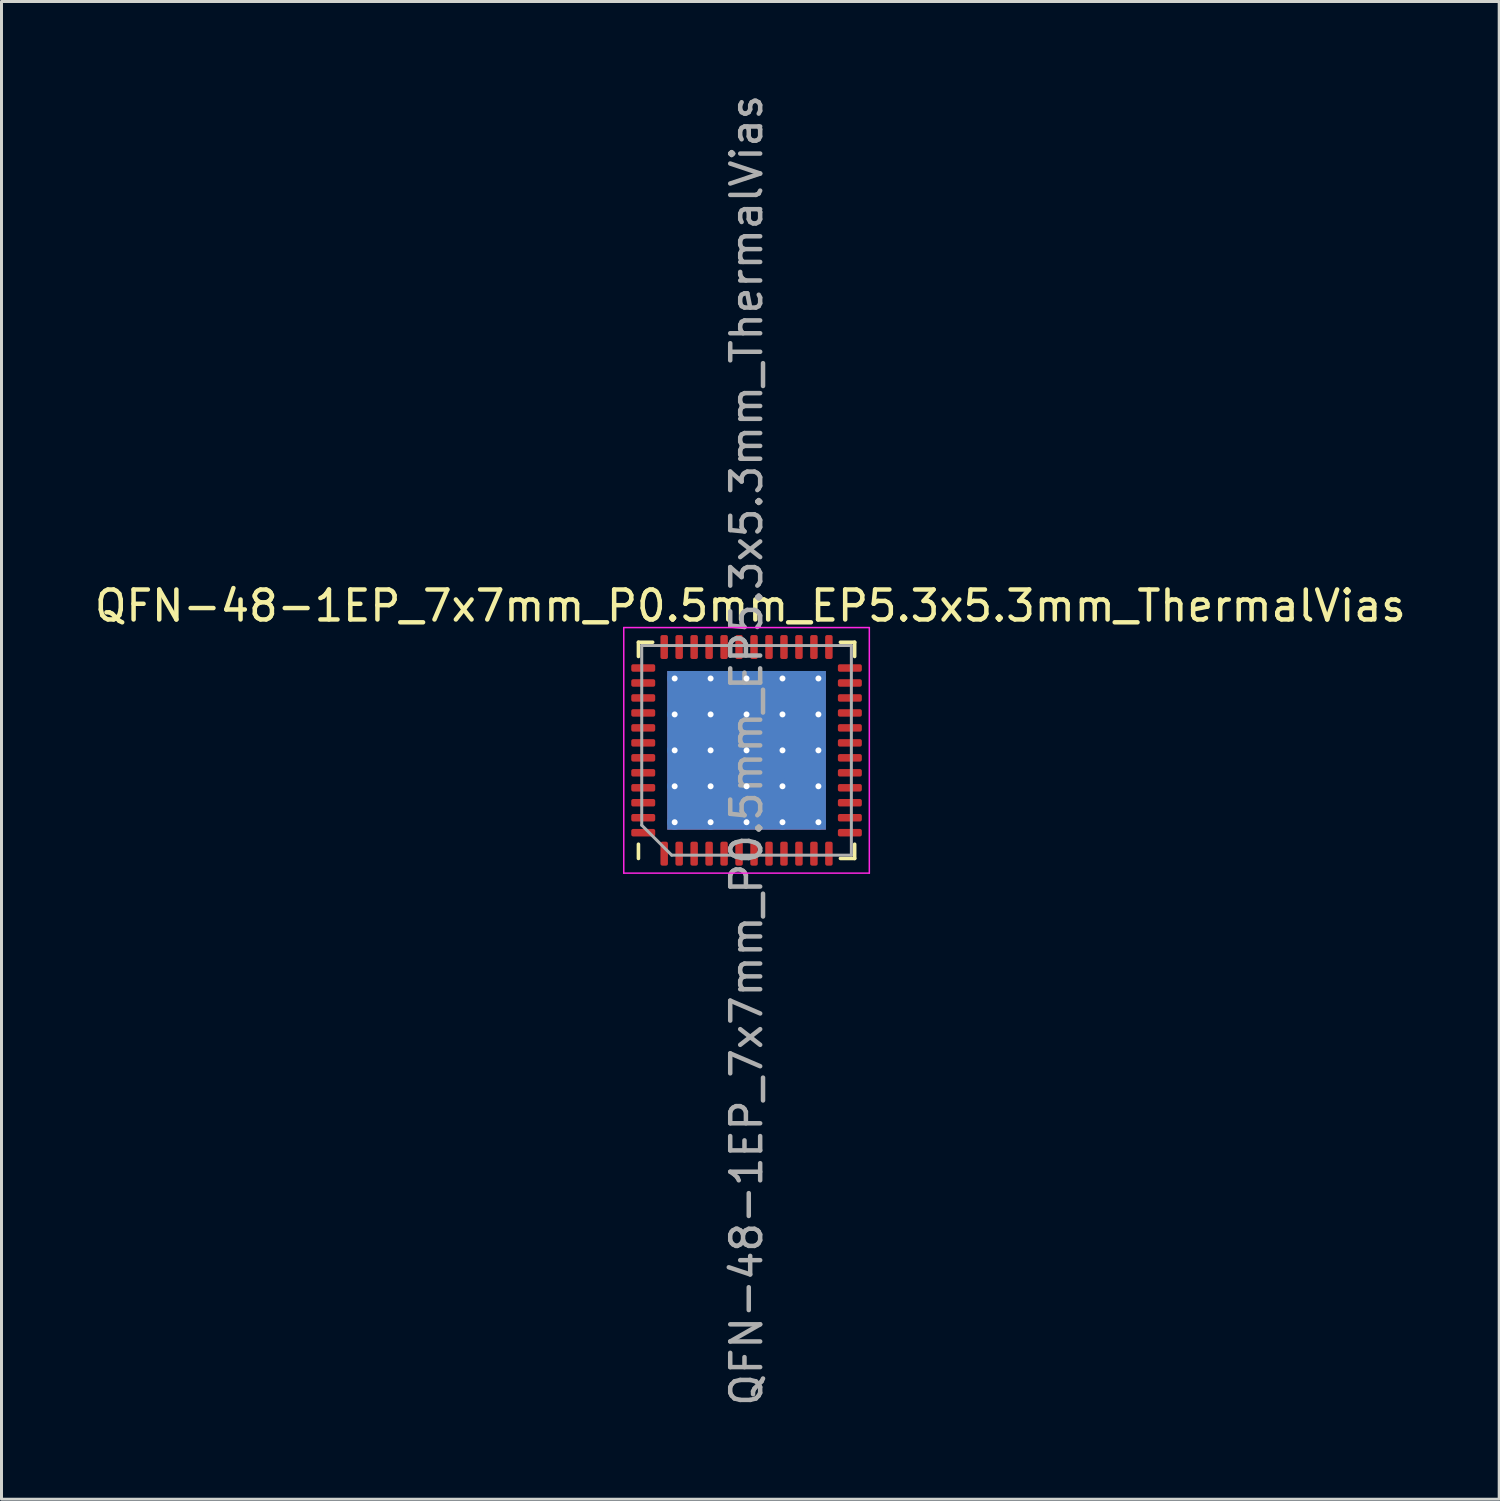
<source format=kicad_pcb>
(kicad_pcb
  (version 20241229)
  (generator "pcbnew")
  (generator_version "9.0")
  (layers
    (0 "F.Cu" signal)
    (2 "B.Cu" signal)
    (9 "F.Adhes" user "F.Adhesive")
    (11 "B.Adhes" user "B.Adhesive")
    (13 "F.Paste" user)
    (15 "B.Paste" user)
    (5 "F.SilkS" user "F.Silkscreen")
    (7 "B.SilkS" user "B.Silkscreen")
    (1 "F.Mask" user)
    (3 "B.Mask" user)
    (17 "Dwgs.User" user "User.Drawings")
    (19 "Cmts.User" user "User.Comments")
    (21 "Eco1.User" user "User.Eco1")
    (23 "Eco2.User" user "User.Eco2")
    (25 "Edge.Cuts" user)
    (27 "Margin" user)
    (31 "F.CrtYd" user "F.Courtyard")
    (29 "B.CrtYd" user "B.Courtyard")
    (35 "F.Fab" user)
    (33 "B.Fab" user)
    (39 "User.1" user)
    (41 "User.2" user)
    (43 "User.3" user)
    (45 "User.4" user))
  (footprint "QFN-48-1EP_7x7mm_P0.5mm_EP5.3x5.3mm_ThermalVias"
    (layer "F.Cu")
    (at 21.879 22.006)
    (property "Reference" "QFN-48-1EP_7x7mm_P0.5mm_EP5.3x5.3mm_ThermalVias" (at 0.127 -4.826 180) (layer "F.SilkS") (effects (font (size 1 1) (thickness 0.15))))
    (attr smd)
    (fp_line (start -3.61 -3.61) (end -3.135 -3.61) (stroke (width 0.12) (type solid)) (layer "F.SilkS"))
    (fp_line (start -3.61 -3.135) (end -3.61 -3.61) (stroke (width 0.12) (type solid)) (layer "F.SilkS"))
    (fp_line (start -3.61 3.135) (end -3.61 3.61) (stroke (width 0.12) (type solid)) (layer "F.SilkS"))
    (fp_line (start 3.61 -3.61) (end 3.135 -3.61) (stroke (width 0.12) (type solid)) (layer "F.SilkS"))
    (fp_line (start 3.61 -3.135) (end 3.61 -3.61) (stroke (width 0.12) (type solid)) (layer "F.SilkS"))
    (fp_line (start 3.61 3.135) (end 3.61 3.61) (stroke (width 0.12) (type solid)) (layer "F.SilkS"))
    (fp_line (start 3.61 3.61) (end 3.135 3.61) (stroke (width 0.12) (type solid)) (layer "F.SilkS"))
    (fp_line (start -4.1 -4.1) (end -4.1 4.1) (stroke (width 0.05) (type solid)) (layer "F.CrtYd"))
    (fp_line (start -4.1 4.1) (end 4.1 4.1) (stroke (width 0.05) (type solid)) (layer "F.CrtYd"))
    (fp_line (start 4.1 -4.1) (end -4.1 -4.1) (stroke (width 0.05) (type solid)) (layer "F.CrtYd"))
    (fp_line (start 4.1 4.1) (end 4.1 -4.1) (stroke (width 0.05) (type solid)) (layer "F.CrtYd"))
    (fp_line (start -3.5 -3.5) (end 3.5 -3.5) (stroke (width 0.1) (type solid)) (layer "F.Fab"))
    (fp_line (start -3.5 2.5) (end -3.5 -3.5) (stroke (width 0.1) (type solid)) (layer "F.Fab"))
    (fp_line (start -2.5 3.5) (end -3.5 2.5) (stroke (width 0.1) (type solid)) (layer "F.Fab"))
    (fp_line (start 3.5 -3.5) (end 3.5 3.5) (stroke (width 0.1) (type solid)) (layer "F.Fab"))
    (fp_line (start 3.5 3.5) (end -2.5 3.5) (stroke (width 0.1) (type solid)) (layer "F.Fab"))
    (fp_text user "${REFERENCE}" (at 0 0 90) (layer "F.Fab") (effects (font (size 1 1) (thickness 0.15))))
    (pad "" smd roundrect (at -1.8 -1.8 90) (size 1.026 1.026) (layers "F.Paste") (roundrect_rratio 0.244))
    (pad "" smd roundrect (at -1.8 -0.6 90) (size 1.026 1.026) (layers "F.Paste") (roundrect_rratio 0.244))
    (pad "" smd roundrect (at -1.8 0.6 90) (size 1.026 1.026) (layers "F.Paste") (roundrect_rratio 0.244))
    (pad "" smd roundrect (at -1.8 1.8 90) (size 1.026 1.026) (layers "F.Paste") (roundrect_rratio 0.244))
    (pad "" smd roundrect (at -0.6 -1.8 90) (size 1.026 1.026) (layers "F.Paste") (roundrect_rratio 0.244))
    (pad "" smd roundrect (at -0.6 -0.6 90) (size 1.026 1.026) (layers "F.Paste") (roundrect_rratio 0.244))
    (pad "" smd roundrect (at -0.6 0.6 90) (size 1.026 1.026) (layers "F.Paste") (roundrect_rratio 0.244))
    (pad "" smd roundrect (at -0.6 1.8 90) (size 1.026 1.026) (layers "F.Paste") (roundrect_rratio 0.244))
    (pad "" smd roundrect (at 0.6 -1.8 90) (size 1.026 1.026) (layers "F.Paste") (roundrect_rratio 0.244))
    (pad "" smd roundrect (at 0.6 -0.6 90) (size 1.026 1.026) (layers "F.Paste") (roundrect_rratio 0.244))
    (pad "" smd roundrect (at 0.6 0.6 90) (size 1.026 1.026) (layers "F.Paste") (roundrect_rratio 0.244))
    (pad "" smd roundrect (at 0.6 1.8 90) (size 1.026 1.026) (layers "F.Paste") (roundrect_rratio 0.244))
    (pad "" smd roundrect (at 1.8 -1.8 90) (size 1.026 1.026) (layers "F.Paste") (roundrect_rratio 0.244))
    (pad "" smd roundrect (at 1.8 -0.6 90) (size 1.026 1.026) (layers "F.Paste") (roundrect_rratio 0.244))
    (pad "" smd roundrect (at 1.8 0.6 90) (size 1.026 1.026) (layers "F.Paste") (roundrect_rratio 0.244))
    (pad "" smd roundrect (at 1.8 1.8 90) (size 1.026 1.026) (layers "F.Paste") (roundrect_rratio 0.244))
    (pad "1" smd roundrect (at -2.75 3.45 90) (size 0.8 0.25) (layers "F.Cu" "F.Mask" "F.Paste") (roundrect_rratio 0.25))
    (pad "2" smd roundrect (at -2.25 3.45 90) (size 0.8 0.25) (layers "F.Cu" "F.Mask" "F.Paste") (roundrect_rratio 0.25))
    (pad "3" smd roundrect (at -1.75 3.45 90) (size 0.8 0.25) (layers "F.Cu" "F.Mask" "F.Paste") (roundrect_rratio 0.25))
    (pad "4" smd roundrect (at -1.25 3.45 90) (size 0.8 0.25) (layers "F.Cu" "F.Mask" "F.Paste") (roundrect_rratio 0.25))
    (pad "5" smd roundrect (at -0.75 3.45 90) (size 0.8 0.25) (layers "F.Cu" "F.Mask" "F.Paste") (roundrect_rratio 0.25))
    (pad "6" smd roundrect (at -0.25 3.45 90) (size 0.8 0.25) (layers "F.Cu" "F.Mask" "F.Paste") (roundrect_rratio 0.25))
    (pad "7" smd roundrect (at 0.25 3.45 90) (size 0.8 0.25) (layers "F.Cu" "F.Mask" "F.Paste") (roundrect_rratio 0.25))
    (pad "8" smd roundrect (at 0.75 3.45 90) (size 0.8 0.25) (layers "F.Cu" "F.Mask" "F.Paste") (roundrect_rratio 0.25))
    (pad "9" smd roundrect (at 1.25 3.45 90) (size 0.8 0.25) (layers "F.Cu" "F.Mask" "F.Paste") (roundrect_rratio 0.25))
    (pad "10" smd roundrect (at 1.75 3.45 90) (size 0.8 0.25) (layers "F.Cu" "F.Mask" "F.Paste") (roundrect_rratio 0.25))
    (pad "11" smd roundrect (at 2.25 3.45 90) (size 0.8 0.25) (layers "F.Cu" "F.Mask" "F.Paste") (roundrect_rratio 0.25))
    (pad "12" smd roundrect (at 2.75 3.45 90) (size 0.8 0.25) (layers "F.Cu" "F.Mask" "F.Paste") (roundrect_rratio 0.25))
    (pad "13" smd roundrect (at 3.45 2.75 90) (size 0.25 0.8) (layers "F.Cu" "F.Mask" "F.Paste") (roundrect_rratio 0.25))
    (pad "14" smd roundrect (at 3.45 2.25 90) (size 0.25 0.8) (layers "F.Cu" "F.Mask" "F.Paste") (roundrect_rratio 0.25))
    (pad "15" smd roundrect (at 3.45 1.75 90) (size 0.25 0.8) (layers "F.Cu" "F.Mask" "F.Paste") (roundrect_rratio 0.25))
    (pad "16" smd roundrect (at 3.45 1.25 90) (size 0.25 0.8) (layers "F.Cu" "F.Mask" "F.Paste") (roundrect_rratio 0.25))
    (pad "17" smd roundrect (at 3.45 0.75 90) (size 0.25 0.8) (layers "F.Cu" "F.Mask" "F.Paste") (roundrect_rratio 0.25))
    (pad "18" smd roundrect (at 3.45 0.25 90) (size 0.25 0.8) (layers "F.Cu" "F.Mask" "F.Paste") (roundrect_rratio 0.25))
    (pad "19" smd roundrect (at 3.45 -0.25 90) (size 0.25 0.8) (layers "F.Cu" "F.Mask" "F.Paste") (roundrect_rratio 0.25))
    (pad "20" smd roundrect (at 3.45 -0.75 90) (size 0.25 0.8) (layers "F.Cu" "F.Mask" "F.Paste") (roundrect_rratio 0.25))
    (pad "21" smd roundrect (at 3.45 -1.25 90) (size 0.25 0.8) (layers "F.Cu" "F.Mask" "F.Paste") (roundrect_rratio 0.25))
    (pad "22" smd roundrect (at 3.45 -1.75 90) (size 0.25 0.8) (layers "F.Cu" "F.Mask" "F.Paste") (roundrect_rratio 0.25))
    (pad "23" smd roundrect (at 3.45 -2.25 90) (size 0.25 0.8) (layers "F.Cu" "F.Mask" "F.Paste") (roundrect_rratio 0.25))
    (pad "24" smd roundrect (at 3.45 -2.75 90) (size 0.25 0.8) (layers "F.Cu" "F.Mask" "F.Paste") (roundrect_rratio 0.25))
    (pad "25" smd roundrect (at 2.75 -3.45 90) (size 0.8 0.25) (layers "F.Cu" "F.Mask" "F.Paste") (roundrect_rratio 0.25))
    (pad "26" smd roundrect (at 2.25 -3.45 90) (size 0.8 0.25) (layers "F.Cu" "F.Mask" "F.Paste") (roundrect_rratio 0.25))
    (pad "27" smd roundrect (at 1.75 -3.45 90) (size 0.8 0.25) (layers "F.Cu" "F.Mask" "F.Paste") (roundrect_rratio 0.25))
    (pad "28" smd roundrect (at 1.25 -3.45 90) (size 0.8 0.25) (layers "F.Cu" "F.Mask" "F.Paste") (roundrect_rratio 0.25))
    (pad "29" smd roundrect (at 0.75 -3.45 90) (size 0.8 0.25) (layers "F.Cu" "F.Mask" "F.Paste") (roundrect_rratio 0.25))
    (pad "30" smd roundrect (at 0.25 -3.45 90) (size 0.8 0.25) (layers "F.Cu" "F.Mask" "F.Paste") (roundrect_rratio 0.25))
    (pad "31" smd roundrect (at -0.25 -3.45 90) (size 0.8 0.25) (layers "F.Cu" "F.Mask" "F.Paste") (roundrect_rratio 0.25))
    (pad "32" smd roundrect (at -0.75 -3.45 90) (size 0.8 0.25) (layers "F.Cu" "F.Mask" "F.Paste") (roundrect_rratio 0.25))
    (pad "33" smd roundrect (at -1.25 -3.45 90) (size 0.8 0.25) (layers "F.Cu" "F.Mask" "F.Paste") (roundrect_rratio 0.25))
    (pad "34" smd roundrect (at -1.75 -3.45 90) (size 0.8 0.25) (layers "F.Cu" "F.Mask" "F.Paste") (roundrect_rratio 0.25))
    (pad "35" smd roundrect (at -2.25 -3.45 90) (size 0.8 0.25) (layers "F.Cu" "F.Mask" "F.Paste") (roundrect_rratio 0.25))
    (pad "36" smd roundrect (at -2.75 -3.45 90) (size 0.8 0.25) (layers "F.Cu" "F.Mask" "F.Paste") (roundrect_rratio 0.25))
    (pad "37" smd roundrect (at -3.45 -2.75 90) (size 0.25 0.8) (layers "F.Cu" "F.Mask" "F.Paste") (roundrect_rratio 0.25))
    (pad "38" smd roundrect (at -3.45 -2.25 90) (size 0.25 0.8) (layers "F.Cu" "F.Mask" "F.Paste") (roundrect_rratio 0.25))
    (pad "39" smd roundrect (at -3.45 -1.75 90) (size 0.25 0.8) (layers "F.Cu" "F.Mask" "F.Paste") (roundrect_rratio 0.25))
    (pad "40" smd roundrect (at -3.45 -1.25 90) (size 0.25 0.8) (layers "F.Cu" "F.Mask" "F.Paste") (roundrect_rratio 0.25))
    (pad "41" smd roundrect (at -3.45 -0.75 90) (size 0.25 0.8) (layers "F.Cu" "F.Mask" "F.Paste") (roundrect_rratio 0.25))
    (pad "42" smd roundrect (at -3.45 -0.25 90) (size 0.25 0.8) (layers "F.Cu" "F.Mask" "F.Paste") (roundrect_rratio 0.25))
    (pad "43" smd roundrect (at -3.45 0.25 90) (size 0.25 0.8) (layers "F.Cu" "F.Mask" "F.Paste") (roundrect_rratio 0.25))
    (pad "44" smd roundrect (at -3.45 0.75 90) (size 0.25 0.8) (layers "F.Cu" "F.Mask" "F.Paste") (roundrect_rratio 0.25))
    (pad "45" smd roundrect (at -3.45 1.25 90) (size 0.25 0.8) (layers "F.Cu" "F.Mask" "F.Paste") (roundrect_rratio 0.25))
    (pad "46" smd roundrect (at -3.45 1.75 90) (size 0.25 0.8) (layers "F.Cu" "F.Mask" "F.Paste") (roundrect_rratio 0.25))
    (pad "47" smd roundrect (at -3.45 2.25 90) (size 0.25 0.8) (layers "F.Cu" "F.Mask" "F.Paste") (roundrect_rratio 0.25))
    (pad "48" smd roundrect (at -3.45 2.75 90) (size 0.25 0.8) (layers "F.Cu" "F.Mask" "F.Paste") (roundrect_rratio 0.25))
    (pad "49" thru_hole circle (at -2.4 -2.4 90) (size 0.5 0.5) (drill 0.2) (layers "*.Cu"))
    (pad "49" thru_hole circle (at -2.4 -1.2 90) (size 0.5 0.5) (drill 0.2) (layers "*.Cu"))
    (pad "49" thru_hole circle (at -2.4 0 90) (size 0.5 0.5) (drill 0.2) (layers "*.Cu"))
    (pad "49" thru_hole circle (at -2.4 1.2 90) (size 0.5 0.5) (drill 0.2) (layers "*.Cu"))
    (pad "49" thru_hole circle (at -2.4 2.4 90) (size 0.5 0.5) (drill 0.2) (layers "*.Cu"))
    (pad "49" thru_hole circle (at -1.2 -2.4 90) (size 0.5 0.5) (drill 0.2) (layers "*.Cu"))
    (pad "49" thru_hole circle (at -1.2 -1.2 90) (size 0.5 0.5) (drill 0.2) (layers "*.Cu"))
    (pad "49" thru_hole circle (at -1.2 0 90) (size 0.5 0.5) (drill 0.2) (layers "*.Cu"))
    (pad "49" thru_hole circle (at -1.2 1.2 90) (size 0.5 0.5) (drill 0.2) (layers "*.Cu"))
    (pad "49" thru_hole circle (at -1.2 2.4 90) (size 0.5 0.5) (drill 0.2) (layers "*.Cu"))
    (pad "49" thru_hole circle (at 0 -2.4 90) (size 0.5 0.5) (drill 0.2) (layers "*.Cu"))
    (pad "49" thru_hole circle (at 0 -1.2 90) (size 0.5 0.5) (drill 0.2) (layers "*.Cu"))
    (pad "49" thru_hole circle (at 0 0 90) (size 0.5 0.5) (drill 0.2) (layers "*.Cu"))
    (pad "49" smd rect (at 0 0 90) (size 5.3 5.3) (layers "F.Cu" "F.Mask"))
    (pad "49" smd rect (at 0 0 90) (size 5.3 5.3) (layers "B.Cu"))
    (pad "49" thru_hole circle (at 0 1.2 90) (size 0.5 0.5) (drill 0.2) (layers "*.Cu"))
    (pad "49" thru_hole circle (at 0 2.4 90) (size 0.5 0.5) (drill 0.2) (layers "*.Cu"))
    (pad "49" thru_hole circle (at 1.2 -2.4 90) (size 0.5 0.5) (drill 0.2) (layers "*.Cu"))
    (pad "49" thru_hole circle (at 1.2 -1.2 90) (size 0.5 0.5) (drill 0.2) (layers "*.Cu"))
    (pad "49" thru_hole circle (at 1.2 0 90) (size 0.5 0.5) (drill 0.2) (layers "*.Cu"))
    (pad "49" thru_hole circle (at 1.2 1.2 90) (size 0.5 0.5) (drill 0.2) (layers "*.Cu"))
    (pad "49" thru_hole circle (at 1.2 2.4 90) (size 0.5 0.5) (drill 0.2) (layers "*.Cu"))
    (pad "49" thru_hole circle (at 2.4 -2.4 90) (size 0.5 0.5) (drill 0.2) (layers "*.Cu"))
    (pad "49" thru_hole circle (at 2.4 -1.2 90) (size 0.5 0.5) (drill 0.2) (layers "*.Cu"))
    (pad "49" thru_hole circle (at 2.4 0 90) (size 0.5 0.5) (drill 0.2) (layers "*.Cu"))
    (pad "49" thru_hole circle (at 2.4 1.2 90) (size 0.5 0.5) (drill 0.2) (layers "*.Cu"))
    (pad "49" thru_hole circle (at 2.4 2.4 90) (size 0.5 0.5) (drill 0.2) (layers "*.Cu")))
  (gr_rect
    (start -3 -3)
    (end 47.012 47.012)
    (stroke (width 0.1) (type default))
    (fill no)
    (layer "Edge.Cuts")))
</source>
